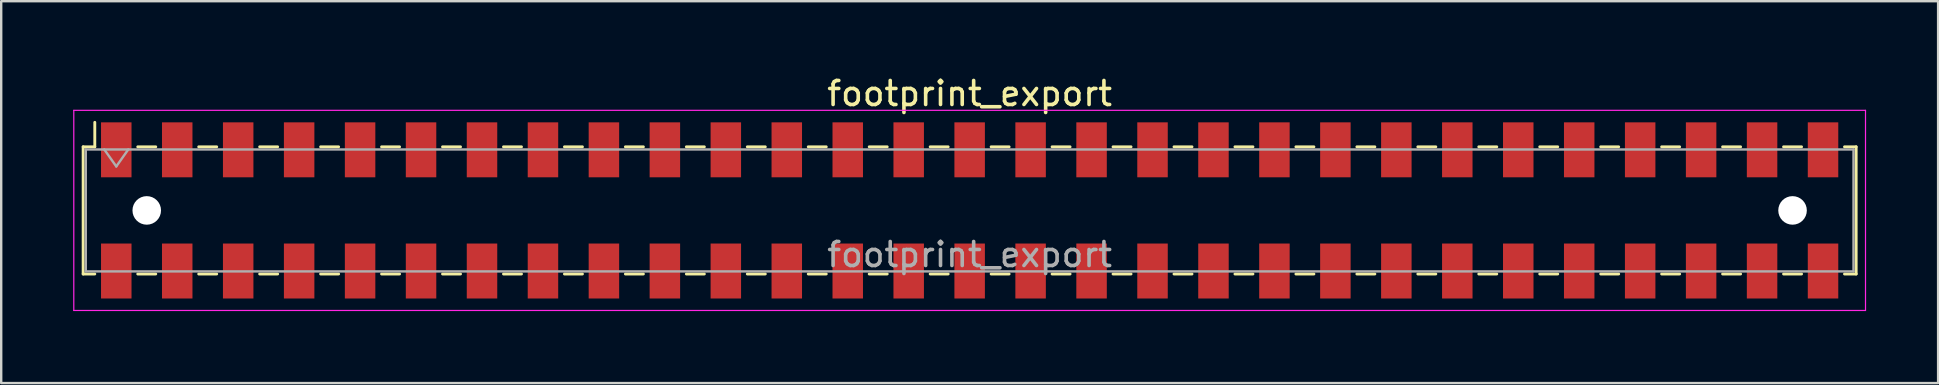
<source format=kicad_pcb>
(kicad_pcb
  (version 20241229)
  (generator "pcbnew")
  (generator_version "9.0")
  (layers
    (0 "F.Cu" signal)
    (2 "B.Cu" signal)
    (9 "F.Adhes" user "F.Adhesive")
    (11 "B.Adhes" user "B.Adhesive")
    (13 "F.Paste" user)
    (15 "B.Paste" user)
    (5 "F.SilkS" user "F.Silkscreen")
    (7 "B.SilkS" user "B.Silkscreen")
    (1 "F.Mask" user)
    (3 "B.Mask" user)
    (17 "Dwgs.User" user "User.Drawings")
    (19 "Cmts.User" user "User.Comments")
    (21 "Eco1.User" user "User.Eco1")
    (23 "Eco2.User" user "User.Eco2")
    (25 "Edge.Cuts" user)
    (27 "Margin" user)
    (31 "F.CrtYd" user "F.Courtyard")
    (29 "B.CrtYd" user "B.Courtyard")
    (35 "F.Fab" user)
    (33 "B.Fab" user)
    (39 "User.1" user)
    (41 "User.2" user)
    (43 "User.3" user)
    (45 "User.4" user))
  (footprint "footprint_export"
    (layer "F.Cu")
    (at 37.355 5.718)
    (property "Reference" "footprint_export" (at 0 -4.87 0) (layer "F.SilkS") (effects (font (size 1 1) (thickness 0.15))))
    (attr smd)
    (fp_line (start -36.94 -2.65) (end -36.94 2.65) (stroke (width 0.12) (type solid)) (layer "F.SilkS"))
    (fp_line (start -36.94 2.65) (end -36.455 2.65) (stroke (width 0.12) (type solid)) (layer "F.SilkS"))
    (fp_line (start -36.455 -3.67) (end -36.455 -2.65) (stroke (width 0.12) (type solid)) (layer "F.SilkS"))
    (fp_line (start -36.455 -2.65) (end -36.94 -2.65) (stroke (width 0.12) (type solid)) (layer "F.SilkS"))
    (fp_line (start -34.665 -2.65) (end -33.915 -2.65) (stroke (width 0.12) (type solid)) (layer "F.SilkS"))
    (fp_line (start -34.665 2.65) (end -33.915 2.65) (stroke (width 0.12) (type solid)) (layer "F.SilkS"))
    (fp_line (start -32.125 -2.65) (end -31.375 -2.65) (stroke (width 0.12) (type solid)) (layer "F.SilkS"))
    (fp_line (start -32.125 2.65) (end -31.375 2.65) (stroke (width 0.12) (type solid)) (layer "F.SilkS"))
    (fp_line (start -29.585 -2.65) (end -28.835 -2.65) (stroke (width 0.12) (type solid)) (layer "F.SilkS"))
    (fp_line (start -29.585 2.65) (end -28.835 2.65) (stroke (width 0.12) (type solid)) (layer "F.SilkS"))
    (fp_line (start -27.045 -2.65) (end -26.295 -2.65) (stroke (width 0.12) (type solid)) (layer "F.SilkS"))
    (fp_line (start -27.045 2.65) (end -26.295 2.65) (stroke (width 0.12) (type solid)) (layer "F.SilkS"))
    (fp_line (start -24.505 -2.65) (end -23.755 -2.65) (stroke (width 0.12) (type solid)) (layer "F.SilkS"))
    (fp_line (start -24.505 2.65) (end -23.755 2.65) (stroke (width 0.12) (type solid)) (layer "F.SilkS"))
    (fp_line (start -21.965 -2.65) (end -21.215 -2.65) (stroke (width 0.12) (type solid)) (layer "F.SilkS"))
    (fp_line (start -21.965 2.65) (end -21.215 2.65) (stroke (width 0.12) (type solid)) (layer "F.SilkS"))
    (fp_line (start -19.425 -2.65) (end -18.675 -2.65) (stroke (width 0.12) (type solid)) (layer "F.SilkS"))
    (fp_line (start -19.425 2.65) (end -18.675 2.65) (stroke (width 0.12) (type solid)) (layer "F.SilkS"))
    (fp_line (start -16.885 -2.65) (end -16.135 -2.65) (stroke (width 0.12) (type solid)) (layer "F.SilkS"))
    (fp_line (start -16.885 2.65) (end -16.135 2.65) (stroke (width 0.12) (type solid)) (layer "F.SilkS"))
    (fp_line (start -14.345 -2.65) (end -13.595 -2.65) (stroke (width 0.12) (type solid)) (layer "F.SilkS"))
    (fp_line (start -14.345 2.65) (end -13.595 2.65) (stroke (width 0.12) (type solid)) (layer "F.SilkS"))
    (fp_line (start -11.805 -2.65) (end -11.055 -2.65) (stroke (width 0.12) (type solid)) (layer "F.SilkS"))
    (fp_line (start -11.805 2.65) (end -11.055 2.65) (stroke (width 0.12) (type solid)) (layer "F.SilkS"))
    (fp_line (start -9.265 -2.65) (end -8.515 -2.65) (stroke (width 0.12) (type solid)) (layer "F.SilkS"))
    (fp_line (start -9.265 2.65) (end -8.515 2.65) (stroke (width 0.12) (type solid)) (layer "F.SilkS"))
    (fp_line (start -6.725 -2.65) (end -5.975 -2.65) (stroke (width 0.12) (type solid)) (layer "F.SilkS"))
    (fp_line (start -6.725 2.65) (end -5.975 2.65) (stroke (width 0.12) (type solid)) (layer "F.SilkS"))
    (fp_line (start -4.185 -2.65) (end -3.435 -2.65) (stroke (width 0.12) (type solid)) (layer "F.SilkS"))
    (fp_line (start -4.185 2.65) (end -3.435 2.65) (stroke (width 0.12) (type solid)) (layer "F.SilkS"))
    (fp_line (start -1.645 -2.65) (end -0.895 -2.65) (stroke (width 0.12) (type solid)) (layer "F.SilkS"))
    (fp_line (start -1.645 2.65) (end -0.895 2.65) (stroke (width 0.12) (type solid)) (layer "F.SilkS"))
    (fp_line (start 0.895 -2.65) (end 1.645 -2.65) (stroke (width 0.12) (type solid)) (layer "F.SilkS"))
    (fp_line (start 0.895 2.65) (end 1.645 2.65) (stroke (width 0.12) (type solid)) (layer "F.SilkS"))
    (fp_line (start 3.435 -2.65) (end 4.185 -2.65) (stroke (width 0.12) (type solid)) (layer "F.SilkS"))
    (fp_line (start 3.435 2.65) (end 4.185 2.65) (stroke (width 0.12) (type solid)) (layer "F.SilkS"))
    (fp_line (start 5.975 -2.65) (end 6.725 -2.65) (stroke (width 0.12) (type solid)) (layer "F.SilkS"))
    (fp_line (start 5.975 2.65) (end 6.725 2.65) (stroke (width 0.12) (type solid)) (layer "F.SilkS"))
    (fp_line (start 8.515 -2.65) (end 9.265 -2.65) (stroke (width 0.12) (type solid)) (layer "F.SilkS"))
    (fp_line (start 8.515 2.65) (end 9.265 2.65) (stroke (width 0.12) (type solid)) (layer "F.SilkS"))
    (fp_line (start 11.055 -2.65) (end 11.805 -2.65) (stroke (width 0.12) (type solid)) (layer "F.SilkS"))
    (fp_line (start 11.055 2.65) (end 11.805 2.65) (stroke (width 0.12) (type solid)) (layer "F.SilkS"))
    (fp_line (start 13.595 -2.65) (end 14.345 -2.65) (stroke (width 0.12) (type solid)) (layer "F.SilkS"))
    (fp_line (start 13.595 2.65) (end 14.345 2.65) (stroke (width 0.12) (type solid)) (layer "F.SilkS"))
    (fp_line (start 16.135 -2.65) (end 16.885 -2.65) (stroke (width 0.12) (type solid)) (layer "F.SilkS"))
    (fp_line (start 16.135 2.65) (end 16.885 2.65) (stroke (width 0.12) (type solid)) (layer "F.SilkS"))
    (fp_line (start 18.675 -2.65) (end 19.425 -2.65) (stroke (width 0.12) (type solid)) (layer "F.SilkS"))
    (fp_line (start 18.675 2.65) (end 19.425 2.65) (stroke (width 0.12) (type solid)) (layer "F.SilkS"))
    (fp_line (start 21.215 -2.65) (end 21.965 -2.65) (stroke (width 0.12) (type solid)) (layer "F.SilkS"))
    (fp_line (start 21.215 2.65) (end 21.965 2.65) (stroke (width 0.12) (type solid)) (layer "F.SilkS"))
    (fp_line (start 23.755 -2.65) (end 24.505 -2.65) (stroke (width 0.12) (type solid)) (layer "F.SilkS"))
    (fp_line (start 23.755 2.65) (end 24.505 2.65) (stroke (width 0.12) (type solid)) (layer "F.SilkS"))
    (fp_line (start 26.295 -2.65) (end 27.045 -2.65) (stroke (width 0.12) (type solid)) (layer "F.SilkS"))
    (fp_line (start 26.295 2.65) (end 27.045 2.65) (stroke (width 0.12) (type solid)) (layer "F.SilkS"))
    (fp_line (start 28.835 -2.65) (end 29.585 -2.65) (stroke (width 0.12) (type solid)) (layer "F.SilkS"))
    (fp_line (start 28.835 2.65) (end 29.585 2.65) (stroke (width 0.12) (type solid)) (layer "F.SilkS"))
    (fp_line (start 31.375 -2.65) (end 32.125 -2.65) (stroke (width 0.12) (type solid)) (layer "F.SilkS"))
    (fp_line (start 31.375 2.65) (end 32.125 2.65) (stroke (width 0.12) (type solid)) (layer "F.SilkS"))
    (fp_line (start 33.915 -2.65) (end 34.665 -2.65) (stroke (width 0.12) (type solid)) (layer "F.SilkS"))
    (fp_line (start 33.915 2.65) (end 34.665 2.65) (stroke (width 0.12) (type solid)) (layer "F.SilkS"))
    (fp_line (start 36.455 -2.65) (end 36.94 -2.65) (stroke (width 0.12) (type solid)) (layer "F.SilkS"))
    (fp_line (start 36.94 -2.65) (end 36.94 2.65) (stroke (width 0.12) (type solid)) (layer "F.SilkS"))
    (fp_line (start 36.94 2.65) (end 36.455 2.65) (stroke (width 0.12) (type solid)) (layer "F.SilkS"))
    (fp_line (start -37.33 -4.17) (end 37.33 -4.17) (stroke (width 0.05) (type solid)) (layer "F.CrtYd"))
    (fp_line (start -37.33 4.17) (end -37.33 -4.17) (stroke (width 0.05) (type solid)) (layer "F.CrtYd"))
    (fp_line (start 37.33 -4.17) (end 37.33 4.17) (stroke (width 0.05) (type solid)) (layer "F.CrtYd"))
    (fp_line (start 37.33 4.17) (end -37.33 4.17) (stroke (width 0.05) (type solid)) (layer "F.CrtYd"))
    (fp_line (start -36.83 -2.54) (end 36.83 -2.54) (stroke (width 0.1) (type solid)) (layer "F.Fab"))
    (fp_line (start -36.83 2.54) (end -36.83 -2.54) (stroke (width 0.1) (type solid)) (layer "F.Fab"))
    (fp_line (start -36.06 -2.54) (end -35.56 -1.833) (stroke (width 0.1) (type solid)) (layer "F.Fab"))
    (fp_line (start -35.56 -1.833) (end -35.06 -2.54) (stroke (width 0.1) (type solid)) (layer "F.Fab"))
    (fp_line (start 36.83 -2.54) (end 36.83 2.54) (stroke (width 0.1) (type solid)) (layer "F.Fab"))
    (fp_line (start 36.83 2.54) (end -36.83 2.54) (stroke (width 0.1) (type solid)) (layer "F.Fab"))
    (fp_text user "${REFERENCE}" (at 0 1.84 0) (layer "F.Fab") (effects (font (size 1 1) (thickness 0.15))))
    (pad "" np_thru_hole circle (at -34.29 0) (size 1.19 1.19) (drill 1.19) (layers "*.Cu" "*.Mask"))
    (pad "" np_thru_hole circle (at 34.29 0) (size 1.19 1.19) (drill 1.19) (layers "*.Cu" "*.Mask"))
    (pad "1" smd rect (at -35.56 -2.525) (size 1.27 2.29) (layers "F.Cu" "F.Mask" "F.Paste"))
    (pad "2" smd rect (at -35.56 2.525) (size 1.27 2.29) (layers "F.Cu" "F.Mask" "F.Paste"))
    (pad "3" smd rect (at -33.02 -2.525) (size 1.27 2.29) (layers "F.Cu" "F.Mask" "F.Paste"))
    (pad "4" smd rect (at -33.02 2.525) (size 1.27 2.29) (layers "F.Cu" "F.Mask" "F.Paste"))
    (pad "5" smd rect (at -30.48 -2.525) (size 1.27 2.29) (layers "F.Cu" "F.Mask" "F.Paste"))
    (pad "6" smd rect (at -30.48 2.525) (size 1.27 2.29) (layers "F.Cu" "F.Mask" "F.Paste"))
    (pad "7" smd rect (at -27.94 -2.525) (size 1.27 2.29) (layers "F.Cu" "F.Mask" "F.Paste"))
    (pad "8" smd rect (at -27.94 2.525) (size 1.27 2.29) (layers "F.Cu" "F.Mask" "F.Paste"))
    (pad "9" smd rect (at -25.4 -2.525) (size 1.27 2.29) (layers "F.Cu" "F.Mask" "F.Paste"))
    (pad "10" smd rect (at -25.4 2.525) (size 1.27 2.29) (layers "F.Cu" "F.Mask" "F.Paste"))
    (pad "11" smd rect (at -22.86 -2.525) (size 1.27 2.29) (layers "F.Cu" "F.Mask" "F.Paste"))
    (pad "12" smd rect (at -22.86 2.525) (size 1.27 2.29) (layers "F.Cu" "F.Mask" "F.Paste"))
    (pad "13" smd rect (at -20.32 -2.525) (size 1.27 2.29) (layers "F.Cu" "F.Mask" "F.Paste"))
    (pad "14" smd rect (at -20.32 2.525) (size 1.27 2.29) (layers "F.Cu" "F.Mask" "F.Paste"))
    (pad "15" smd rect (at -17.78 -2.525) (size 1.27 2.29) (layers "F.Cu" "F.Mask" "F.Paste"))
    (pad "16" smd rect (at -17.78 2.525) (size 1.27 2.29) (layers "F.Cu" "F.Mask" "F.Paste"))
    (pad "17" smd rect (at -15.24 -2.525) (size 1.27 2.29) (layers "F.Cu" "F.Mask" "F.Paste"))
    (pad "18" smd rect (at -15.24 2.525) (size 1.27 2.29) (layers "F.Cu" "F.Mask" "F.Paste"))
    (pad "19" smd rect (at -12.7 -2.525) (size 1.27 2.29) (layers "F.Cu" "F.Mask" "F.Paste"))
    (pad "20" smd rect (at -12.7 2.525) (size 1.27 2.29) (layers "F.Cu" "F.Mask" "F.Paste"))
    (pad "21" smd rect (at -10.16 -2.525) (size 1.27 2.29) (layers "F.Cu" "F.Mask" "F.Paste"))
    (pad "22" smd rect (at -10.16 2.525) (size 1.27 2.29) (layers "F.Cu" "F.Mask" "F.Paste"))
    (pad "23" smd rect (at -7.62 -2.525) (size 1.27 2.29) (layers "F.Cu" "F.Mask" "F.Paste"))
    (pad "24" smd rect (at -7.62 2.525) (size 1.27 2.29) (layers "F.Cu" "F.Mask" "F.Paste"))
    (pad "25" smd rect (at -5.08 -2.525) (size 1.27 2.29) (layers "F.Cu" "F.Mask" "F.Paste"))
    (pad "26" smd rect (at -5.08 2.525) (size 1.27 2.29) (layers "F.Cu" "F.Mask" "F.Paste"))
    (pad "27" smd rect (at -2.54 -2.525) (size 1.27 2.29) (layers "F.Cu" "F.Mask" "F.Paste"))
    (pad "28" smd rect (at -2.54 2.525) (size 1.27 2.29) (layers "F.Cu" "F.Mask" "F.Paste"))
    (pad "29" smd rect (at 0 -2.525) (size 1.27 2.29) (layers "F.Cu" "F.Mask" "F.Paste"))
    (pad "30" smd rect (at 0 2.525) (size 1.27 2.29) (layers "F.Cu" "F.Mask" "F.Paste"))
    (pad "31" smd rect (at 2.54 -2.525) (size 1.27 2.29) (layers "F.Cu" "F.Mask" "F.Paste"))
    (pad "32" smd rect (at 2.54 2.525) (size 1.27 2.29) (layers "F.Cu" "F.Mask" "F.Paste"))
    (pad "33" smd rect (at 5.08 -2.525) (size 1.27 2.29) (layers "F.Cu" "F.Mask" "F.Paste"))
    (pad "34" smd rect (at 5.08 2.525) (size 1.27 2.29) (layers "F.Cu" "F.Mask" "F.Paste"))
    (pad "35" smd rect (at 7.62 -2.525) (size 1.27 2.29) (layers "F.Cu" "F.Mask" "F.Paste"))
    (pad "36" smd rect (at 7.62 2.525) (size 1.27 2.29) (layers "F.Cu" "F.Mask" "F.Paste"))
    (pad "37" smd rect (at 10.16 -2.525) (size 1.27 2.29) (layers "F.Cu" "F.Mask" "F.Paste"))
    (pad "38" smd rect (at 10.16 2.525) (size 1.27 2.29) (layers "F.Cu" "F.Mask" "F.Paste"))
    (pad "39" smd rect (at 12.7 -2.525) (size 1.27 2.29) (layers "F.Cu" "F.Mask" "F.Paste"))
    (pad "40" smd rect (at 12.7 2.525) (size 1.27 2.29) (layers "F.Cu" "F.Mask" "F.Paste"))
    (pad "41" smd rect (at 15.24 -2.525) (size 1.27 2.29) (layers "F.Cu" "F.Mask" "F.Paste"))
    (pad "42" smd rect (at 15.24 2.525) (size 1.27 2.29) (layers "F.Cu" "F.Mask" "F.Paste"))
    (pad "43" smd rect (at 17.78 -2.525) (size 1.27 2.29) (layers "F.Cu" "F.Mask" "F.Paste"))
    (pad "44" smd rect (at 17.78 2.525) (size 1.27 2.29) (layers "F.Cu" "F.Mask" "F.Paste"))
    (pad "45" smd rect (at 20.32 -2.525) (size 1.27 2.29) (layers "F.Cu" "F.Mask" "F.Paste"))
    (pad "46" smd rect (at 20.32 2.525) (size 1.27 2.29) (layers "F.Cu" "F.Mask" "F.Paste"))
    (pad "47" smd rect (at 22.86 -2.525) (size 1.27 2.29) (layers "F.Cu" "F.Mask" "F.Paste"))
    (pad "48" smd rect (at 22.86 2.525) (size 1.27 2.29) (layers "F.Cu" "F.Mask" "F.Paste"))
    (pad "49" smd rect (at 25.4 -2.525) (size 1.27 2.29) (layers "F.Cu" "F.Mask" "F.Paste"))
    (pad "50" smd rect (at 25.4 2.525) (size 1.27 2.29) (layers "F.Cu" "F.Mask" "F.Paste"))
    (pad "51" smd rect (at 27.94 -2.525) (size 1.27 2.29) (layers "F.Cu" "F.Mask" "F.Paste"))
    (pad "52" smd rect (at 27.94 2.525) (size 1.27 2.29) (layers "F.Cu" "F.Mask" "F.Paste"))
    (pad "53" smd rect (at 30.48 -2.525) (size 1.27 2.29) (layers "F.Cu" "F.Mask" "F.Paste"))
    (pad "54" smd rect (at 30.48 2.525) (size 1.27 2.29) (layers "F.Cu" "F.Mask" "F.Paste"))
    (pad "55" smd rect (at 33.02 -2.525) (size 1.27 2.29) (layers "F.Cu" "F.Mask" "F.Paste"))
    (pad "56" smd rect (at 33.02 2.525) (size 1.27 2.29) (layers "F.Cu" "F.Mask" "F.Paste"))
    (pad "57" smd rect (at 35.56 -2.525) (size 1.27 2.29) (layers "F.Cu" "F.Mask" "F.Paste"))
    (pad "58" smd rect (at 35.56 2.525) (size 1.27 2.29) (layers "F.Cu" "F.Mask" "F.Paste")))
  (gr_rect
    (start -3 -3)
    (end 77.71 12.913)
    (stroke (width 0.1) (type default))
    (fill no)
    (layer "Edge.Cuts")))
</source>
